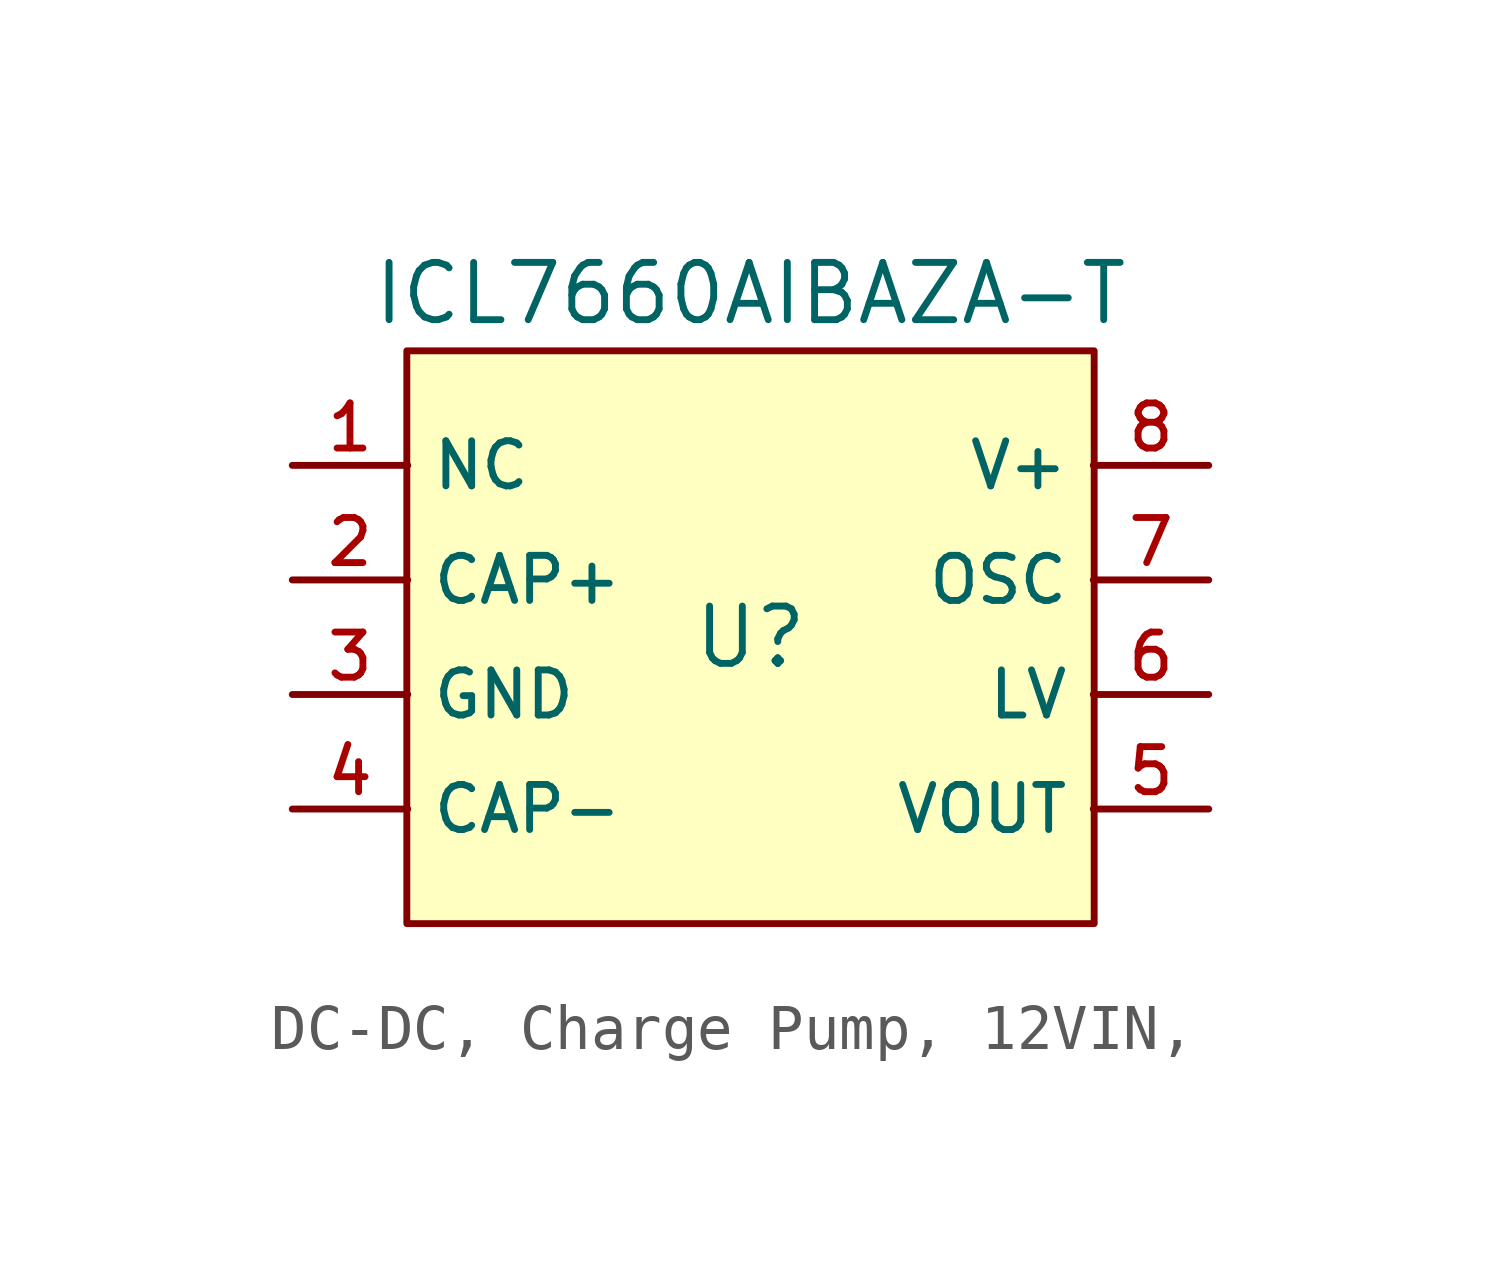
<source format=kicad_sym>
(kicad_symbol_lib
  (version 20231120)
  (generator "CDFER_Archive_Tool")
  (generator_version "0.0")
  (symbol "DC-DC, Charge Pump, 12VIN, "
    (property "Reference" "U"
      (at 0 1.27 0)
      (effects (font (size 1.27 1.27))))
    (property "Value" "ICL7660AIBAZA-T"
      (at 0 8.89 0)
      (effects (font (size 1.27 1.27))))
    (symbol "DC-DC, Charge Pump, 12VIN, _0_1"
      (rectangle (start -7.62 7.62) (end 7.62 -5.08) (stroke (width 0) (type default)) (fill (type background))))
    (symbol "DC-DC, Charge Pump, 12VIN, _1_1"
      (pin unspecified line (at -10.16 5.08 0) (length 2.56) (name "NC" (effects (font (size 1 1)))) (number "1" (effects (font (size 1 1)))))
      (pin unspecified line (at -10.16 2.54 0) (length 2.56) (name "CAP+" (effects (font (size 1 1)))) (number "2" (effects (font (size 1 1)))))
      (pin unspecified line (at -10.16 0 0) (length 2.56) (name "GND" (effects (font (size 1 1)))) (number "3" (effects (font (size 1 1)))))
      (pin unspecified line (at -10.16 -2.54 0) (length 2.56) (name "CAP-" (effects (font (size 1 1)))) (number "4" (effects (font (size 1 1)))))
      (pin unspecified line (at 10.16 -2.54 180) (length 2.56) (name "VOUT" (effects (font (size 1 1)))) (number "5" (effects (font (size 1 1)))))
      (pin unspecified line (at 10.16 0 180) (length 2.56) (name "LV" (effects (font (size 1 1)))) (number "6" (effects (font (size 1 1)))))
      (pin unspecified line (at 10.16 2.54 180) (length 2.56) (name "OSC" (effects (font (size 1 1)))) (number "7" (effects (font (size 1 1)))))
      (pin unspecified line (at 10.16 5.08 180) (length 2.56) (name "V+" (effects (font (size 1 1)))) (number "8" (effects (font (size 1 1))))))))
</source>
